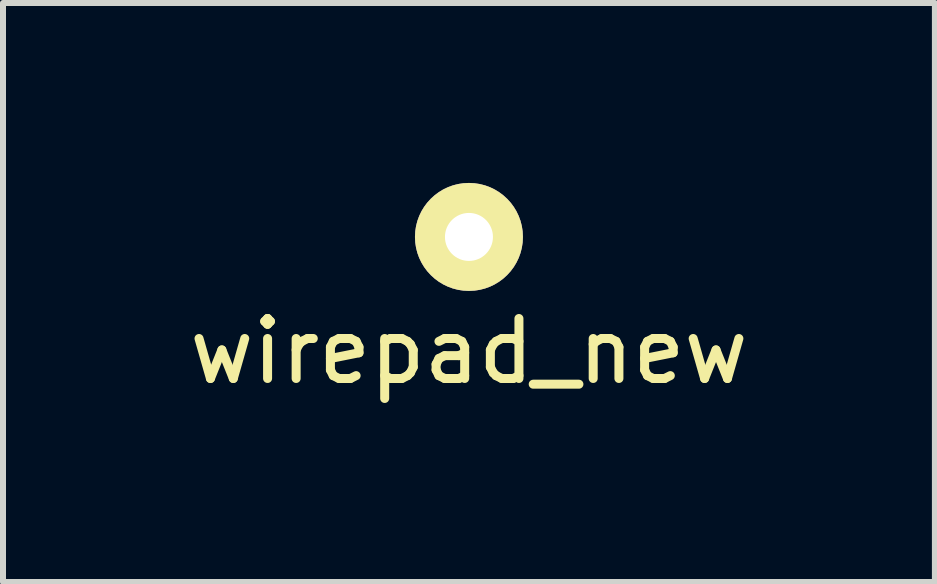
<source format=kicad_pcb>
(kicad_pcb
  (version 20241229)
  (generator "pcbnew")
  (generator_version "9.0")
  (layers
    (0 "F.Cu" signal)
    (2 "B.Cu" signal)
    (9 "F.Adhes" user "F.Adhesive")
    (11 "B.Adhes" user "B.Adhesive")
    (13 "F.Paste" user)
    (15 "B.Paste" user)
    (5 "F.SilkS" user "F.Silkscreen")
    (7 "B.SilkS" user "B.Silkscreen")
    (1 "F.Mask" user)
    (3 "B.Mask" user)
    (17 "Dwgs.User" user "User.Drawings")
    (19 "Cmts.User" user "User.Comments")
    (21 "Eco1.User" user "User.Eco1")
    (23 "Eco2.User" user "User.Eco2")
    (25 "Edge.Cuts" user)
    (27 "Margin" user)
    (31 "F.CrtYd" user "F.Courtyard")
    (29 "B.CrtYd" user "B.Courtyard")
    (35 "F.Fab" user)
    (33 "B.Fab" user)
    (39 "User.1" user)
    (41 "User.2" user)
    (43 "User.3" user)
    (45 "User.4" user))
  (footprint "wirepad_new"
    (layer "F.Cu")
    (at 4.768 0.9)
    (property "Reference" "wirepad_new" (at 0 1.905 180) (layer "F.SilkS") (effects (font (size 1 1) (thickness 0.15))))
    (attr through_hole)
    (pad "1" thru_hole circle (at 0 0) (size 1.8 1.8) (drill 0.8) (layers "*.Cu" "*.Mask" "F.SilkS")))
  (gr_rect
    (start -3 -3)
    (end 12.536 6.653)
    (stroke (width 0.1) (type default))
    (fill no)
    (layer "Edge.Cuts")))
</source>
